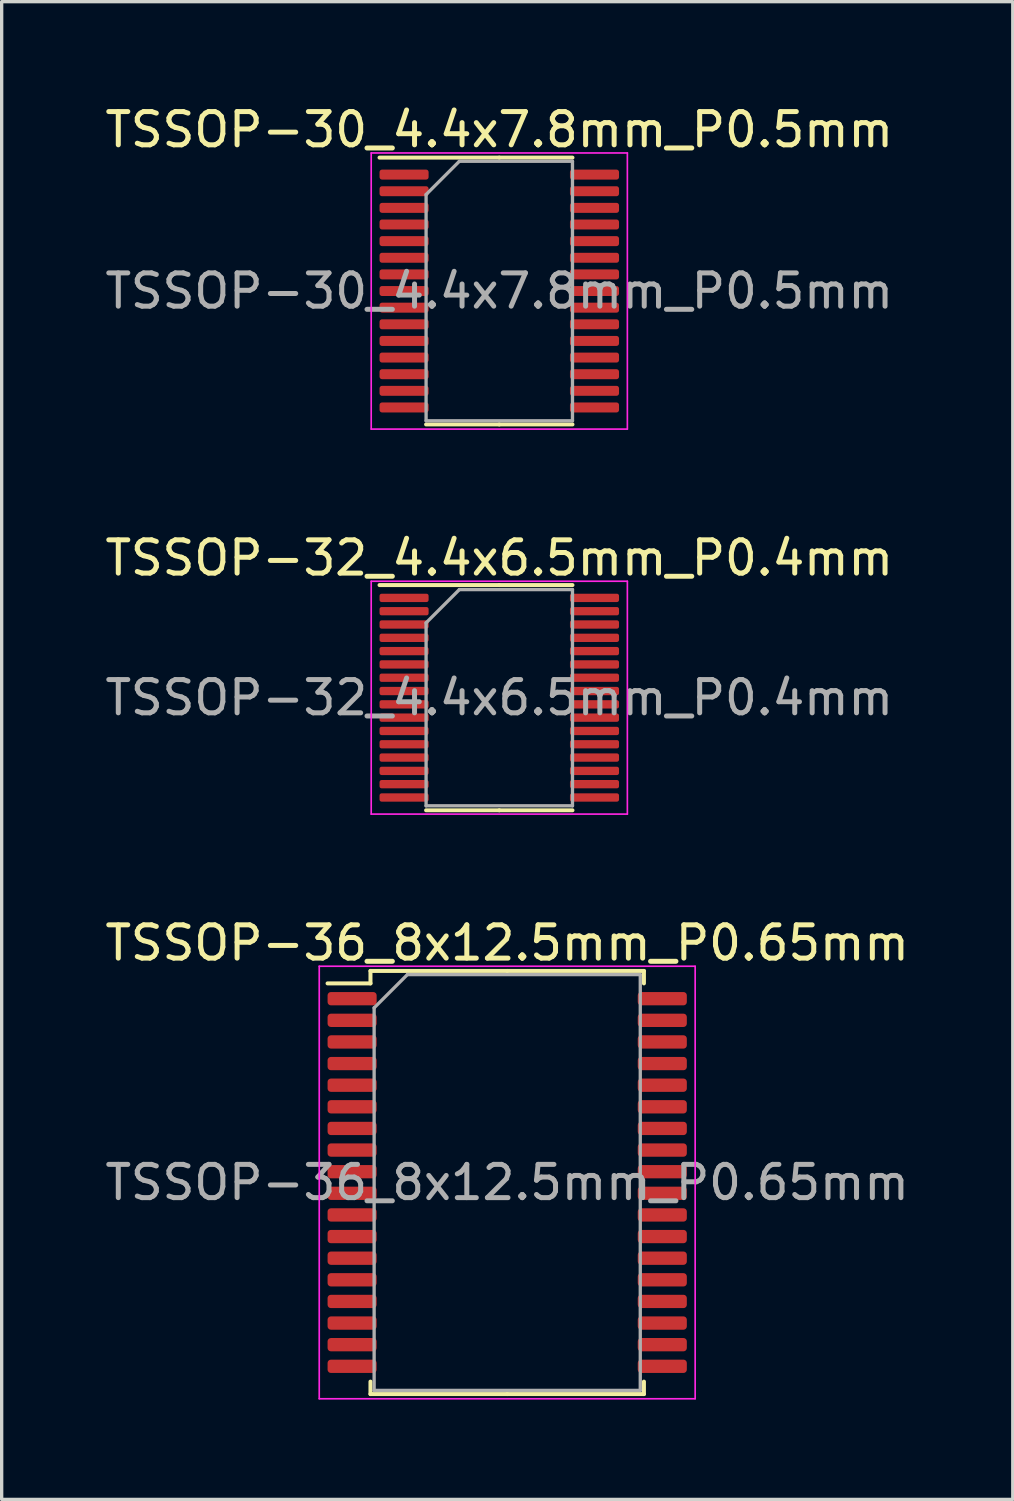
<source format=kicad_pcb>
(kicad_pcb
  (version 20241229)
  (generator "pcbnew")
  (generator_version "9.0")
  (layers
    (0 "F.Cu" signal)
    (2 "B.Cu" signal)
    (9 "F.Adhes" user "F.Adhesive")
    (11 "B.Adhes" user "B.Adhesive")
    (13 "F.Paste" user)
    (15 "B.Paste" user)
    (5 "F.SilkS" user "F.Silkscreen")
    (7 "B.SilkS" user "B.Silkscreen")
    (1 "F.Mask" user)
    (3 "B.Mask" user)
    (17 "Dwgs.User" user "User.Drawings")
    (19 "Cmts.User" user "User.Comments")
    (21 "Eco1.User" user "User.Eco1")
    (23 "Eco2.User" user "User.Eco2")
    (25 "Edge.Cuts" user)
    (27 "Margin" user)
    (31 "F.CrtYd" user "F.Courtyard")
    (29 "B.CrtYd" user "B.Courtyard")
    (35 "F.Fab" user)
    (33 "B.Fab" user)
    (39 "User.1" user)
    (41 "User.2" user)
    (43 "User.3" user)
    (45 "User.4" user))
  (footprint "TSSOP-30_4.4x7.8mm_P0.5mm"
    (layer "F.Cu")
    (at 11.958 5.698)
    (property "Reference" "TSSOP-30_4.4x7.8mm_P0.5mm" (at 0 -4.85 0) (layer "F.SilkS") (effects (font (size 1 1) (thickness 0.15))))
    (attr smd)
    (fp_line (start 0 -4.01) (end -3.6 -4.01) (stroke (width 0.12) (type solid)) (layer "F.SilkS"))
    (fp_line (start 0 -4.01) (end 2.2 -4.01) (stroke (width 0.12) (type solid)) (layer "F.SilkS"))
    (fp_line (start 0 4.01) (end -2.2 4.01) (stroke (width 0.12) (type solid)) (layer "F.SilkS"))
    (fp_line (start 0 4.01) (end 2.2 4.01) (stroke (width 0.12) (type solid)) (layer "F.SilkS"))
    (fp_line (start -3.85 -4.15) (end -3.85 4.15) (stroke (width 0.05) (type solid)) (layer "F.CrtYd"))
    (fp_line (start -3.85 4.15) (end 3.85 4.15) (stroke (width 0.05) (type solid)) (layer "F.CrtYd"))
    (fp_line (start 3.85 -4.15) (end -3.85 -4.15) (stroke (width 0.05) (type solid)) (layer "F.CrtYd"))
    (fp_line (start 3.85 4.15) (end 3.85 -4.15) (stroke (width 0.05) (type solid)) (layer "F.CrtYd"))
    (fp_line (start -2.2 -2.9) (end -1.2 -3.9) (stroke (width 0.1) (type solid)) (layer "F.Fab"))
    (fp_line (start -2.2 3.9) (end -2.2 -2.9) (stroke (width 0.1) (type solid)) (layer "F.Fab"))
    (fp_line (start -1.2 -3.9) (end 2.2 -3.9) (stroke (width 0.1) (type solid)) (layer "F.Fab"))
    (fp_line (start 2.2 -3.9) (end 2.2 3.9) (stroke (width 0.1) (type solid)) (layer "F.Fab"))
    (fp_line (start 2.2 3.9) (end -2.2 3.9) (stroke (width 0.1) (type solid)) (layer "F.Fab"))
    (fp_text user "${REFERENCE}" (at 0 0 0) (layer "F.Fab") (effects (font (size 1 1) (thickness 0.15))))
    (pad "1" smd roundrect (at -2.862 -3.5) (size 1.475 0.3) (layers "F.Cu" "F.Mask" "F.Paste") (roundrect_rratio 0.25))
    (pad "2" smd roundrect (at -2.862 -3) (size 1.475 0.3) (layers "F.Cu" "F.Mask" "F.Paste") (roundrect_rratio 0.25))
    (pad "3" smd roundrect (at -2.862 -2.5) (size 1.475 0.3) (layers "F.Cu" "F.Mask" "F.Paste") (roundrect_rratio 0.25))
    (pad "4" smd roundrect (at -2.862 -2) (size 1.475 0.3) (layers "F.Cu" "F.Mask" "F.Paste") (roundrect_rratio 0.25))
    (pad "5" smd roundrect (at -2.862 -1.5) (size 1.475 0.3) (layers "F.Cu" "F.Mask" "F.Paste") (roundrect_rratio 0.25))
    (pad "6" smd roundrect (at -2.862 -1) (size 1.475 0.3) (layers "F.Cu" "F.Mask" "F.Paste") (roundrect_rratio 0.25))
    (pad "7" smd roundrect (at -2.862 -0.5) (size 1.475 0.3) (layers "F.Cu" "F.Mask" "F.Paste") (roundrect_rratio 0.25))
    (pad "8" smd roundrect (at -2.862 0) (size 1.475 0.3) (layers "F.Cu" "F.Mask" "F.Paste") (roundrect_rratio 0.25))
    (pad "9" smd roundrect (at -2.862 0.5) (size 1.475 0.3) (layers "F.Cu" "F.Mask" "F.Paste") (roundrect_rratio 0.25))
    (pad "10" smd roundrect (at -2.862 1) (size 1.475 0.3) (layers "F.Cu" "F.Mask" "F.Paste") (roundrect_rratio 0.25))
    (pad "11" smd roundrect (at -2.862 1.5) (size 1.475 0.3) (layers "F.Cu" "F.Mask" "F.Paste") (roundrect_rratio 0.25))
    (pad "12" smd roundrect (at -2.862 2) (size 1.475 0.3) (layers "F.Cu" "F.Mask" "F.Paste") (roundrect_rratio 0.25))
    (pad "13" smd roundrect (at -2.862 2.5) (size 1.475 0.3) (layers "F.Cu" "F.Mask" "F.Paste") (roundrect_rratio 0.25))
    (pad "14" smd roundrect (at -2.862 3) (size 1.475 0.3) (layers "F.Cu" "F.Mask" "F.Paste") (roundrect_rratio 0.25))
    (pad "15" smd roundrect (at -2.862 3.5) (size 1.475 0.3) (layers "F.Cu" "F.Mask" "F.Paste") (roundrect_rratio 0.25))
    (pad "16" smd roundrect (at 2.862 3.5) (size 1.475 0.3) (layers "F.Cu" "F.Mask" "F.Paste") (roundrect_rratio 0.25))
    (pad "17" smd roundrect (at 2.862 3) (size 1.475 0.3) (layers "F.Cu" "F.Mask" "F.Paste") (roundrect_rratio 0.25))
    (pad "18" smd roundrect (at 2.862 2.5) (size 1.475 0.3) (layers "F.Cu" "F.Mask" "F.Paste") (roundrect_rratio 0.25))
    (pad "19" smd roundrect (at 2.862 2) (size 1.475 0.3) (layers "F.Cu" "F.Mask" "F.Paste") (roundrect_rratio 0.25))
    (pad "20" smd roundrect (at 2.862 1.5) (size 1.475 0.3) (layers "F.Cu" "F.Mask" "F.Paste") (roundrect_rratio 0.25))
    (pad "21" smd roundrect (at 2.862 1) (size 1.475 0.3) (layers "F.Cu" "F.Mask" "F.Paste") (roundrect_rratio 0.25))
    (pad "22" smd roundrect (at 2.862 0.5) (size 1.475 0.3) (layers "F.Cu" "F.Mask" "F.Paste") (roundrect_rratio 0.25))
    (pad "23" smd roundrect (at 2.862 0) (size 1.475 0.3) (layers "F.Cu" "F.Mask" "F.Paste") (roundrect_rratio 0.25))
    (pad "24" smd roundrect (at 2.862 -0.5) (size 1.475 0.3) (layers "F.Cu" "F.Mask" "F.Paste") (roundrect_rratio 0.25))
    (pad "25" smd roundrect (at 2.862 -1) (size 1.475 0.3) (layers "F.Cu" "F.Mask" "F.Paste") (roundrect_rratio 0.25))
    (pad "26" smd roundrect (at 2.862 -1.5) (size 1.475 0.3) (layers "F.Cu" "F.Mask" "F.Paste") (roundrect_rratio 0.25))
    (pad "27" smd roundrect (at 2.862 -2) (size 1.475 0.3) (layers "F.Cu" "F.Mask" "F.Paste") (roundrect_rratio 0.25))
    (pad "28" smd roundrect (at 2.862 -2.5) (size 1.475 0.3) (layers "F.Cu" "F.Mask" "F.Paste") (roundrect_rratio 0.25))
    (pad "29" smd roundrect (at 2.862 -3) (size 1.475 0.3) (layers "F.Cu" "F.Mask" "F.Paste") (roundrect_rratio 0.25))
    (pad "30" smd roundrect (at 2.862 -3.5) (size 1.475 0.3) (layers "F.Cu" "F.Mask" "F.Paste") (roundrect_rratio 0.25)))
  (footprint "TSSOP-36_8x12.5mm_P0.65mm"
    (layer "F.Cu")
    (at 12.196 32.495)
    (property "Reference" "TSSOP-36_8x12.5mm_P0.65mm" (at 0 -7.2 0) (layer "F.SilkS") (effects (font (size 1 1) (thickness 0.15))))
    (attr smd)
    (fp_line (start -4.11 -6.36) (end -4.11 -5.985) (stroke (width 0.12) (type solid)) (layer "F.SilkS"))
    (fp_line (start -4.11 -5.985) (end -5.4 -5.985) (stroke (width 0.12) (type solid)) (layer "F.SilkS"))
    (fp_line (start -4.11 6.36) (end -4.11 5.985) (stroke (width 0.12) (type solid)) (layer "F.SilkS"))
    (fp_line (start 0 -6.36) (end -4.11 -6.36) (stroke (width 0.12) (type solid)) (layer "F.SilkS"))
    (fp_line (start 0 -6.36) (end 4.11 -6.36) (stroke (width 0.12) (type solid)) (layer "F.SilkS"))
    (fp_line (start 0 6.36) (end -4.11 6.36) (stroke (width 0.12) (type solid)) (layer "F.SilkS"))
    (fp_line (start 0 6.36) (end 4.11 6.36) (stroke (width 0.12) (type solid)) (layer "F.SilkS"))
    (fp_line (start 4.11 -6.36) (end 4.11 -5.985) (stroke (width 0.12) (type solid)) (layer "F.SilkS"))
    (fp_line (start 4.11 6.36) (end 4.11 5.985) (stroke (width 0.12) (type solid)) (layer "F.SilkS"))
    (fp_line (start -5.65 -6.5) (end -5.65 6.5) (stroke (width 0.05) (type solid)) (layer "F.CrtYd"))
    (fp_line (start -5.65 6.5) (end 5.65 6.5) (stroke (width 0.05) (type solid)) (layer "F.CrtYd"))
    (fp_line (start 5.65 -6.5) (end -5.65 -6.5) (stroke (width 0.05) (type solid)) (layer "F.CrtYd"))
    (fp_line (start 5.65 6.5) (end 5.65 -6.5) (stroke (width 0.05) (type solid)) (layer "F.CrtYd"))
    (fp_line (start -4 -5.25) (end -3 -6.25) (stroke (width 0.1) (type solid)) (layer "F.Fab"))
    (fp_line (start -4 6.25) (end -4 -5.25) (stroke (width 0.1) (type solid)) (layer "F.Fab"))
    (fp_line (start -3 -6.25) (end 4 -6.25) (stroke (width 0.1) (type solid)) (layer "F.Fab"))
    (fp_line (start 4 -6.25) (end 4 6.25) (stroke (width 0.1) (type solid)) (layer "F.Fab"))
    (fp_line (start 4 6.25) (end -4 6.25) (stroke (width 0.1) (type solid)) (layer "F.Fab"))
    (fp_text user "${REFERENCE}" (at 0 0 0) (layer "F.Fab") (effects (font (size 1 1) (thickness 0.15))))
    (pad "1" smd roundrect (at -4.662 -5.525) (size 1.475 0.4) (layers "F.Cu" "F.Mask" "F.Paste") (roundrect_rratio 0.25))
    (pad "2" smd roundrect (at -4.662 -4.875) (size 1.475 0.4) (layers "F.Cu" "F.Mask" "F.Paste") (roundrect_rratio 0.25))
    (pad "3" smd roundrect (at -4.662 -4.225) (size 1.475 0.4) (layers "F.Cu" "F.Mask" "F.Paste") (roundrect_rratio 0.25))
    (pad "4" smd roundrect (at -4.662 -3.575) (size 1.475 0.4) (layers "F.Cu" "F.Mask" "F.Paste") (roundrect_rratio 0.25))
    (pad "5" smd roundrect (at -4.662 -2.925) (size 1.475 0.4) (layers "F.Cu" "F.Mask" "F.Paste") (roundrect_rratio 0.25))
    (pad "6" smd roundrect (at -4.662 -2.275) (size 1.475 0.4) (layers "F.Cu" "F.Mask" "F.Paste") (roundrect_rratio 0.25))
    (pad "7" smd roundrect (at -4.662 -1.625) (size 1.475 0.4) (layers "F.Cu" "F.Mask" "F.Paste") (roundrect_rratio 0.25))
    (pad "8" smd roundrect (at -4.662 -0.975) (size 1.475 0.4) (layers "F.Cu" "F.Mask" "F.Paste") (roundrect_rratio 0.25))
    (pad "9" smd roundrect (at -4.662 -0.325) (size 1.475 0.4) (layers "F.Cu" "F.Mask" "F.Paste") (roundrect_rratio 0.25))
    (pad "10" smd roundrect (at -4.662 0.325) (size 1.475 0.4) (layers "F.Cu" "F.Mask" "F.Paste") (roundrect_rratio 0.25))
    (pad "11" smd roundrect (at -4.662 0.975) (size 1.475 0.4) (layers "F.Cu" "F.Mask" "F.Paste") (roundrect_rratio 0.25))
    (pad "12" smd roundrect (at -4.662 1.625) (size 1.475 0.4) (layers "F.Cu" "F.Mask" "F.Paste") (roundrect_rratio 0.25))
    (pad "13" smd roundrect (at -4.662 2.275) (size 1.475 0.4) (layers "F.Cu" "F.Mask" "F.Paste") (roundrect_rratio 0.25))
    (pad "14" smd roundrect (at -4.662 2.925) (size 1.475 0.4) (layers "F.Cu" "F.Mask" "F.Paste") (roundrect_rratio 0.25))
    (pad "15" smd roundrect (at -4.662 3.575) (size 1.475 0.4) (layers "F.Cu" "F.Mask" "F.Paste") (roundrect_rratio 0.25))
    (pad "16" smd roundrect (at -4.662 4.225) (size 1.475 0.4) (layers "F.Cu" "F.Mask" "F.Paste") (roundrect_rratio 0.25))
    (pad "17" smd roundrect (at -4.662 4.875) (size 1.475 0.4) (layers "F.Cu" "F.Mask" "F.Paste") (roundrect_rratio 0.25))
    (pad "18" smd roundrect (at -4.662 5.525) (size 1.475 0.4) (layers "F.Cu" "F.Mask" "F.Paste") (roundrect_rratio 0.25))
    (pad "19" smd roundrect (at 4.662 5.525) (size 1.475 0.4) (layers "F.Cu" "F.Mask" "F.Paste") (roundrect_rratio 0.25))
    (pad "20" smd roundrect (at 4.662 4.875) (size 1.475 0.4) (layers "F.Cu" "F.Mask" "F.Paste") (roundrect_rratio 0.25))
    (pad "21" smd roundrect (at 4.662 4.225) (size 1.475 0.4) (layers "F.Cu" "F.Mask" "F.Paste") (roundrect_rratio 0.25))
    (pad "22" smd roundrect (at 4.662 3.575) (size 1.475 0.4) (layers "F.Cu" "F.Mask" "F.Paste") (roundrect_rratio 0.25))
    (pad "23" smd roundrect (at 4.662 2.925) (size 1.475 0.4) (layers "F.Cu" "F.Mask" "F.Paste") (roundrect_rratio 0.25))
    (pad "24" smd roundrect (at 4.662 2.275) (size 1.475 0.4) (layers "F.Cu" "F.Mask" "F.Paste") (roundrect_rratio 0.25))
    (pad "25" smd roundrect (at 4.662 1.625) (size 1.475 0.4) (layers "F.Cu" "F.Mask" "F.Paste") (roundrect_rratio 0.25))
    (pad "26" smd roundrect (at 4.662 0.975) (size 1.475 0.4) (layers "F.Cu" "F.Mask" "F.Paste") (roundrect_rratio 0.25))
    (pad "27" smd roundrect (at 4.662 0.325) (size 1.475 0.4) (layers "F.Cu" "F.Mask" "F.Paste") (roundrect_rratio 0.25))
    (pad "28" smd roundrect (at 4.662 -0.325) (size 1.475 0.4) (layers "F.Cu" "F.Mask" "F.Paste") (roundrect_rratio 0.25))
    (pad "29" smd roundrect (at 4.662 -0.975) (size 1.475 0.4) (layers "F.Cu" "F.Mask" "F.Paste") (roundrect_rratio 0.25))
    (pad "30" smd roundrect (at 4.662 -1.625) (size 1.475 0.4) (layers "F.Cu" "F.Mask" "F.Paste") (roundrect_rratio 0.25))
    (pad "31" smd roundrect (at 4.662 -2.275) (size 1.475 0.4) (layers "F.Cu" "F.Mask" "F.Paste") (roundrect_rratio 0.25))
    (pad "32" smd roundrect (at 4.662 -2.925) (size 1.475 0.4) (layers "F.Cu" "F.Mask" "F.Paste") (roundrect_rratio 0.25))
    (pad "33" smd roundrect (at 4.662 -3.575) (size 1.475 0.4) (layers "F.Cu" "F.Mask" "F.Paste") (roundrect_rratio 0.25))
    (pad "34" smd roundrect (at 4.662 -4.225) (size 1.475 0.4) (layers "F.Cu" "F.Mask" "F.Paste") (roundrect_rratio 0.25))
    (pad "35" smd roundrect (at 4.662 -4.875) (size 1.475 0.4) (layers "F.Cu" "F.Mask" "F.Paste") (roundrect_rratio 0.25))
    (pad "36" smd roundrect (at 4.662 -5.525) (size 1.475 0.4) (layers "F.Cu" "F.Mask" "F.Paste") (roundrect_rratio 0.25)))
  (footprint "TSSOP-32_4.4x6.5mm_P0.4mm"
    (layer "F.Cu")
    (at 11.958 17.922)
    (property "Reference" "TSSOP-32_4.4x6.5mm_P0.4mm" (at 0 -4.2 0) (layer "F.SilkS") (effects (font (size 1 1) (thickness 0.15))))
    (attr smd)
    (fp_line (start 0 -3.385) (end -3.6 -3.385) (stroke (width 0.12) (type solid)) (layer "F.SilkS"))
    (fp_line (start 0 -3.385) (end 2.2 -3.385) (stroke (width 0.12) (type solid)) (layer "F.SilkS"))
    (fp_line (start 0 3.385) (end -2.2 3.385) (stroke (width 0.12) (type solid)) (layer "F.SilkS"))
    (fp_line (start 0 3.385) (end 2.2 3.385) (stroke (width 0.12) (type solid)) (layer "F.SilkS"))
    (fp_line (start -3.85 -3.5) (end -3.85 3.5) (stroke (width 0.05) (type solid)) (layer "F.CrtYd"))
    (fp_line (start -3.85 3.5) (end 3.85 3.5) (stroke (width 0.05) (type solid)) (layer "F.CrtYd"))
    (fp_line (start 3.85 -3.5) (end -3.85 -3.5) (stroke (width 0.05) (type solid)) (layer "F.CrtYd"))
    (fp_line (start 3.85 3.5) (end 3.85 -3.5) (stroke (width 0.05) (type solid)) (layer "F.CrtYd"))
    (fp_line (start -2.2 -2.25) (end -1.2 -3.25) (stroke (width 0.1) (type solid)) (layer "F.Fab"))
    (fp_line (start -2.2 3.25) (end -2.2 -2.25) (stroke (width 0.1) (type solid)) (layer "F.Fab"))
    (fp_line (start -1.2 -3.25) (end 2.2 -3.25) (stroke (width 0.1) (type solid)) (layer "F.Fab"))
    (fp_line (start 2.2 -3.25) (end 2.2 3.25) (stroke (width 0.1) (type solid)) (layer "F.Fab"))
    (fp_line (start 2.2 3.25) (end -2.2 3.25) (stroke (width 0.1) (type solid)) (layer "F.Fab"))
    (fp_text user "${REFERENCE}" (at 0 0 0) (layer "F.Fab") (effects (font (size 1 1) (thickness 0.15))))
    (pad "1" smd roundrect (at -2.862 -3) (size 1.475 0.25) (layers "F.Cu" "F.Mask" "F.Paste") (roundrect_rratio 0.25))
    (pad "2" smd roundrect (at -2.862 -2.6) (size 1.475 0.25) (layers "F.Cu" "F.Mask" "F.Paste") (roundrect_rratio 0.25))
    (pad "3" smd roundrect (at -2.862 -2.2) (size 1.475 0.25) (layers "F.Cu" "F.Mask" "F.Paste") (roundrect_rratio 0.25))
    (pad "4" smd roundrect (at -2.862 -1.8) (size 1.475 0.25) (layers "F.Cu" "F.Mask" "F.Paste") (roundrect_rratio 0.25))
    (pad "5" smd roundrect (at -2.862 -1.4) (size 1.475 0.25) (layers "F.Cu" "F.Mask" "F.Paste") (roundrect_rratio 0.25))
    (pad "6" smd roundrect (at -2.862 -1) (size 1.475 0.25) (layers "F.Cu" "F.Mask" "F.Paste") (roundrect_rratio 0.25))
    (pad "7" smd roundrect (at -2.862 -0.6) (size 1.475 0.25) (layers "F.Cu" "F.Mask" "F.Paste") (roundrect_rratio 0.25))
    (pad "8" smd roundrect (at -2.862 -0.2) (size 1.475 0.25) (layers "F.Cu" "F.Mask" "F.Paste") (roundrect_rratio 0.25))
    (pad "9" smd roundrect (at -2.862 0.2) (size 1.475 0.25) (layers "F.Cu" "F.Mask" "F.Paste") (roundrect_rratio 0.25))
    (pad "10" smd roundrect (at -2.862 0.6) (size 1.475 0.25) (layers "F.Cu" "F.Mask" "F.Paste") (roundrect_rratio 0.25))
    (pad "11" smd roundrect (at -2.862 1) (size 1.475 0.25) (layers "F.Cu" "F.Mask" "F.Paste") (roundrect_rratio 0.25))
    (pad "12" smd roundrect (at -2.862 1.4) (size 1.475 0.25) (layers "F.Cu" "F.Mask" "F.Paste") (roundrect_rratio 0.25))
    (pad "13" smd roundrect (at -2.862 1.8) (size 1.475 0.25) (layers "F.Cu" "F.Mask" "F.Paste") (roundrect_rratio 0.25))
    (pad "14" smd roundrect (at -2.862 2.2) (size 1.475 0.25) (layers "F.Cu" "F.Mask" "F.Paste") (roundrect_rratio 0.25))
    (pad "15" smd roundrect (at -2.862 2.6) (size 1.475 0.25) (layers "F.Cu" "F.Mask" "F.Paste") (roundrect_rratio 0.25))
    (pad "16" smd roundrect (at -2.862 3) (size 1.475 0.25) (layers "F.Cu" "F.Mask" "F.Paste") (roundrect_rratio 0.25))
    (pad "17" smd roundrect (at 2.862 3) (size 1.475 0.25) (layers "F.Cu" "F.Mask" "F.Paste") (roundrect_rratio 0.25))
    (pad "18" smd roundrect (at 2.862 2.6) (size 1.475 0.25) (layers "F.Cu" "F.Mask" "F.Paste") (roundrect_rratio 0.25))
    (pad "19" smd roundrect (at 2.862 2.2) (size 1.475 0.25) (layers "F.Cu" "F.Mask" "F.Paste") (roundrect_rratio 0.25))
    (pad "20" smd roundrect (at 2.862 1.8) (size 1.475 0.25) (layers "F.Cu" "F.Mask" "F.Paste") (roundrect_rratio 0.25))
    (pad "21" smd roundrect (at 2.862 1.4) (size 1.475 0.25) (layers "F.Cu" "F.Mask" "F.Paste") (roundrect_rratio 0.25))
    (pad "22" smd roundrect (at 2.862 1) (size 1.475 0.25) (layers "F.Cu" "F.Mask" "F.Paste") (roundrect_rratio 0.25))
    (pad "23" smd roundrect (at 2.862 0.6) (size 1.475 0.25) (layers "F.Cu" "F.Mask" "F.Paste") (roundrect_rratio 0.25))
    (pad "24" smd roundrect (at 2.862 0.2) (size 1.475 0.25) (layers "F.Cu" "F.Mask" "F.Paste") (roundrect_rratio 0.25))
    (pad "25" smd roundrect (at 2.862 -0.2) (size 1.475 0.25) (layers "F.Cu" "F.Mask" "F.Paste") (roundrect_rratio 0.25))
    (pad "26" smd roundrect (at 2.862 -0.6) (size 1.475 0.25) (layers "F.Cu" "F.Mask" "F.Paste") (roundrect_rratio 0.25))
    (pad "27" smd roundrect (at 2.862 -1) (size 1.475 0.25) (layers "F.Cu" "F.Mask" "F.Paste") (roundrect_rratio 0.25))
    (pad "28" smd roundrect (at 2.862 -1.4) (size 1.475 0.25) (layers "F.Cu" "F.Mask" "F.Paste") (roundrect_rratio 0.25))
    (pad "29" smd roundrect (at 2.862 -1.8) (size 1.475 0.25) (layers "F.Cu" "F.Mask" "F.Paste") (roundrect_rratio 0.25))
    (pad "30" smd roundrect (at 2.862 -2.2) (size 1.475 0.25) (layers "F.Cu" "F.Mask" "F.Paste") (roundrect_rratio 0.25))
    (pad "31" smd roundrect (at 2.862 -2.6) (size 1.475 0.25) (layers "F.Cu" "F.Mask" "F.Paste") (roundrect_rratio 0.25))
    (pad "32" smd roundrect (at 2.862 -3) (size 1.475 0.25) (layers "F.Cu" "F.Mask" "F.Paste") (roundrect_rratio 0.25)))
  (gr_rect
    (start -3 -3)
    (end 27.393 42.02)
    (stroke (width 0.1) (type default))
    (fill no)
    (layer "Edge.Cuts")))
</source>
